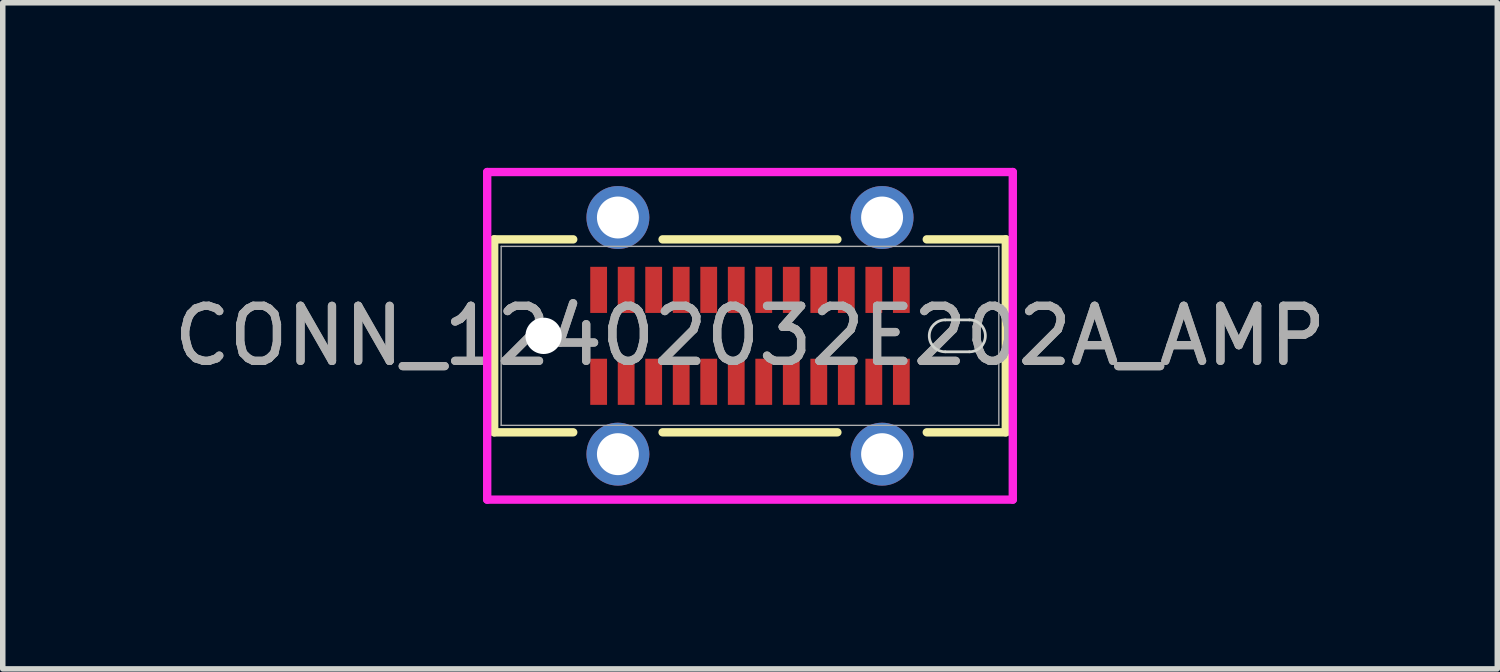
<source format=kicad_pcb>
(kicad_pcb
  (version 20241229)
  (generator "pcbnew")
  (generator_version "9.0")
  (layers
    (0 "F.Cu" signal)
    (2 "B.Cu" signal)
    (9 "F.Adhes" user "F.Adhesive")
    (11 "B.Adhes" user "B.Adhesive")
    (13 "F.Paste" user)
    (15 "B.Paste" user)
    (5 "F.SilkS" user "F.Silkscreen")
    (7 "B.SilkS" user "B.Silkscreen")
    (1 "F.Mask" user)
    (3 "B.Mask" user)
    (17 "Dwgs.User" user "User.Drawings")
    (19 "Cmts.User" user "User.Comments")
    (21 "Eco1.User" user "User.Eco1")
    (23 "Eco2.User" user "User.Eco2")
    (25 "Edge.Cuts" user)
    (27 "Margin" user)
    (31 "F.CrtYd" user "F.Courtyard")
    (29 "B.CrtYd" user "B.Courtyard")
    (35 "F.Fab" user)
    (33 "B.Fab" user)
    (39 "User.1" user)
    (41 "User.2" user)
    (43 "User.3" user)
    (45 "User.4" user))
  (footprint "CONN_12402032E202A_AMP"
    (layer "F.Cu")
    (at 10.577 3.052)
    (property "Reference" "CONN_12402032E202A_AMP" (at 0 0 0) (unlocked yes) (layer "F.Fab") (effects (font (size 1 1) (thickness 0.15))))
    (attr smd)
    (fp_line (start -4.648 -1.753) (end -4.648 1.753) (stroke (width 0.152) (type solid)) (layer "F.SilkS"))
    (fp_line (start -4.648 1.753) (end -3.212 1.753) (stroke (width 0.152) (type solid)) (layer "F.SilkS"))
    (fp_line (start -3.212 -1.753) (end -4.648 -1.753) (stroke (width 0.152) (type solid)) (layer "F.SilkS"))
    (fp_line (start -1.588 1.753) (end 1.588 1.753) (stroke (width 0.152) (type solid)) (layer "F.SilkS"))
    (fp_line (start 1.588 -1.753) (end -1.588 -1.753) (stroke (width 0.152) (type solid)) (layer "F.SilkS"))
    (fp_line (start 3.212 1.753) (end 4.648 1.753) (stroke (width 0.152) (type solid)) (layer "F.SilkS"))
    (fp_line (start 4.648 -1.753) (end 3.212 -1.753) (stroke (width 0.152) (type solid)) (layer "F.SilkS"))
    (fp_line (start 4.648 1.753) (end 4.648 -1.753) (stroke (width 0.152) (type solid)) (layer "F.SilkS"))
    (fp_line (start 3.547 -0.29) (end 3.987 -0.29) (stroke (width 0.05) (type default)) (layer "Edge.Cuts"))
    (fp_line (start 3.987 0.29) (end 3.547 0.29) (stroke (width 0.05) (type default)) (layer "Edge.Cuts"))
    (fp_arc (start 3.5468 0.29) (mid 3.2568 0) (end 3.5468 -0.29) (stroke (width 0.05) (type default)) (layer "Edge.Cuts"))
    (fp_arc (start 3.9868 -0.29) (mid 4.2768 0) (end 3.9868 0.29) (stroke (width 0.05) (type default)) (layer "Edge.Cuts"))
    (fp_line (start -4.775 -2.976) (end -4.775 2.976) (stroke (width 0.152) (type solid)) (layer "F.CrtYd"))
    (fp_line (start -4.775 2.976) (end 4.775 2.976) (stroke (width 0.152) (type solid)) (layer "F.CrtYd"))
    (fp_line (start 4.775 -2.976) (end -4.775 -2.976) (stroke (width 0.152) (type solid)) (layer "F.CrtYd"))
    (fp_line (start 4.775 2.976) (end 4.775 -2.976) (stroke (width 0.152) (type solid)) (layer "F.CrtYd"))
    (fp_line (start -4.521 -1.626) (end -4.521 1.626) (stroke (width 0.025) (type solid)) (layer "F.Fab"))
    (fp_line (start -4.521 1.626) (end 4.521 1.626) (stroke (width 0.025) (type solid)) (layer "F.Fab"))
    (fp_line (start 4.521 -1.626) (end -4.521 -1.626) (stroke (width 0.025) (type solid)) (layer "F.Fab"))
    (fp_line (start 4.521 1.626) (end 4.521 -1.626) (stroke (width 0.025) (type solid)) (layer "F.Fab"))
    (fp_text user "${REFERENCE}" (at 0 0 0) (unlocked yes) (layer "F.Fab") (effects (font (size 1 1) (thickness 0.15))))
    (pad "" np_thru_hole circle (at -3.75 0) (size 0.66 0.66) (drill 0.66) (layers "*.Cu" "*.Mask"))
    (pad "25" thru_hole circle (at -2.4 -2.15) (size 1.143 1.143) (drill 0.762) (layers "*.Cu" "*.Mask"))
    (pad "26" thru_hole circle (at 2.4 -2.15) (size 1.143 1.143) (drill 0.762) (layers "*.Cu" "*.Mask"))
    (pad "27" thru_hole circle (at -2.4 2.15) (size 1.143 1.143) (drill 0.762) (layers "*.Cu" "*.Mask"))
    (pad "28" thru_hole circle (at 2.4 2.15) (size 1.143 1.143) (drill 0.762) (layers "*.Cu" "*.Mask"))
    (pad "A1" smd rect (at -2.75 -0.835) (size 0.305 0.838) (layers "F.Cu" "F.Mask" "F.Paste"))
    (pad "A2" smd rect (at -2.25 -0.835) (size 0.305 0.838) (layers "F.Cu" "F.Mask" "F.Paste"))
    (pad "A3" smd rect (at -1.75 -0.835) (size 0.305 0.838) (layers "F.Cu" "F.Mask" "F.Paste"))
    (pad "A4" smd rect (at -1.25 -0.835) (size 0.305 0.838) (layers "F.Cu" "F.Mask" "F.Paste"))
    (pad "A5" smd rect (at -0.75 -0.835) (size 0.305 0.838) (layers "F.Cu" "F.Mask" "F.Paste"))
    (pad "A6" smd rect (at -0.25 -0.835) (size 0.305 0.838) (layers "F.Cu" "F.Mask" "F.Paste"))
    (pad "A7" smd rect (at 0.25 -0.835) (size 0.305 0.838) (layers "F.Cu" "F.Mask" "F.Paste"))
    (pad "A8" smd rect (at 0.75 -0.835) (size 0.305 0.838) (layers "F.Cu" "F.Mask" "F.Paste"))
    (pad "A9" smd rect (at 1.25 -0.835) (size 0.305 0.838) (layers "F.Cu" "F.Mask" "F.Paste"))
    (pad "A10" smd rect (at 1.75 -0.835) (size 0.305 0.838) (layers "F.Cu" "F.Mask" "F.Paste"))
    (pad "A11" smd rect (at 2.25 -0.835) (size 0.305 0.838) (layers "F.Cu" "F.Mask" "F.Paste"))
    (pad "A12" smd rect (at 2.75 -0.835) (size 0.305 0.838) (layers "F.Cu" "F.Mask" "F.Paste"))
    (pad "B1" smd rect (at 2.75 0.835) (size 0.305 0.838) (layers "F.Cu" "F.Mask" "F.Paste"))
    (pad "B2" smd rect (at 2.25 0.835) (size 0.305 0.838) (layers "F.Cu" "F.Mask" "F.Paste"))
    (pad "B3" smd rect (at 1.75 0.835) (size 0.305 0.838) (layers "F.Cu" "F.Mask" "F.Paste"))
    (pad "B4" smd rect (at 1.25 0.835) (size 0.305 0.838) (layers "F.Cu" "F.Mask" "F.Paste"))
    (pad "B5" smd rect (at 0.75 0.835) (size 0.305 0.838) (layers "F.Cu" "F.Mask" "F.Paste"))
    (pad "B6" smd rect (at 0.25 0.835) (size 0.305 0.838) (layers "F.Cu" "F.Mask" "F.Paste"))
    (pad "B7" smd rect (at -0.25 0.835) (size 0.305 0.838) (layers "F.Cu" "F.Mask" "F.Paste"))
    (pad "B8" smd rect (at -0.75 0.835) (size 0.305 0.838) (layers "F.Cu" "F.Mask" "F.Paste"))
    (pad "B9" smd rect (at -1.25 0.835) (size 0.305 0.838) (layers "F.Cu" "F.Mask" "F.Paste"))
    (pad "B10" smd rect (at -1.75 0.835) (size 0.305 0.838) (layers "F.Cu" "F.Mask" "F.Paste"))
    (pad "B11" smd rect (at -2.25 0.835) (size 0.305 0.838) (layers "F.Cu" "F.Mask" "F.Paste"))
    (pad "B12" smd rect (at -2.75 0.835) (size 0.305 0.838) (layers "F.Cu" "F.Mask" "F.Paste")))
  (gr_rect
    (start -3 -3)
    (end 24.155 9.103)
    (stroke (width 0.1) (type default))
    (fill no)
    (layer "Edge.Cuts")))
</source>
